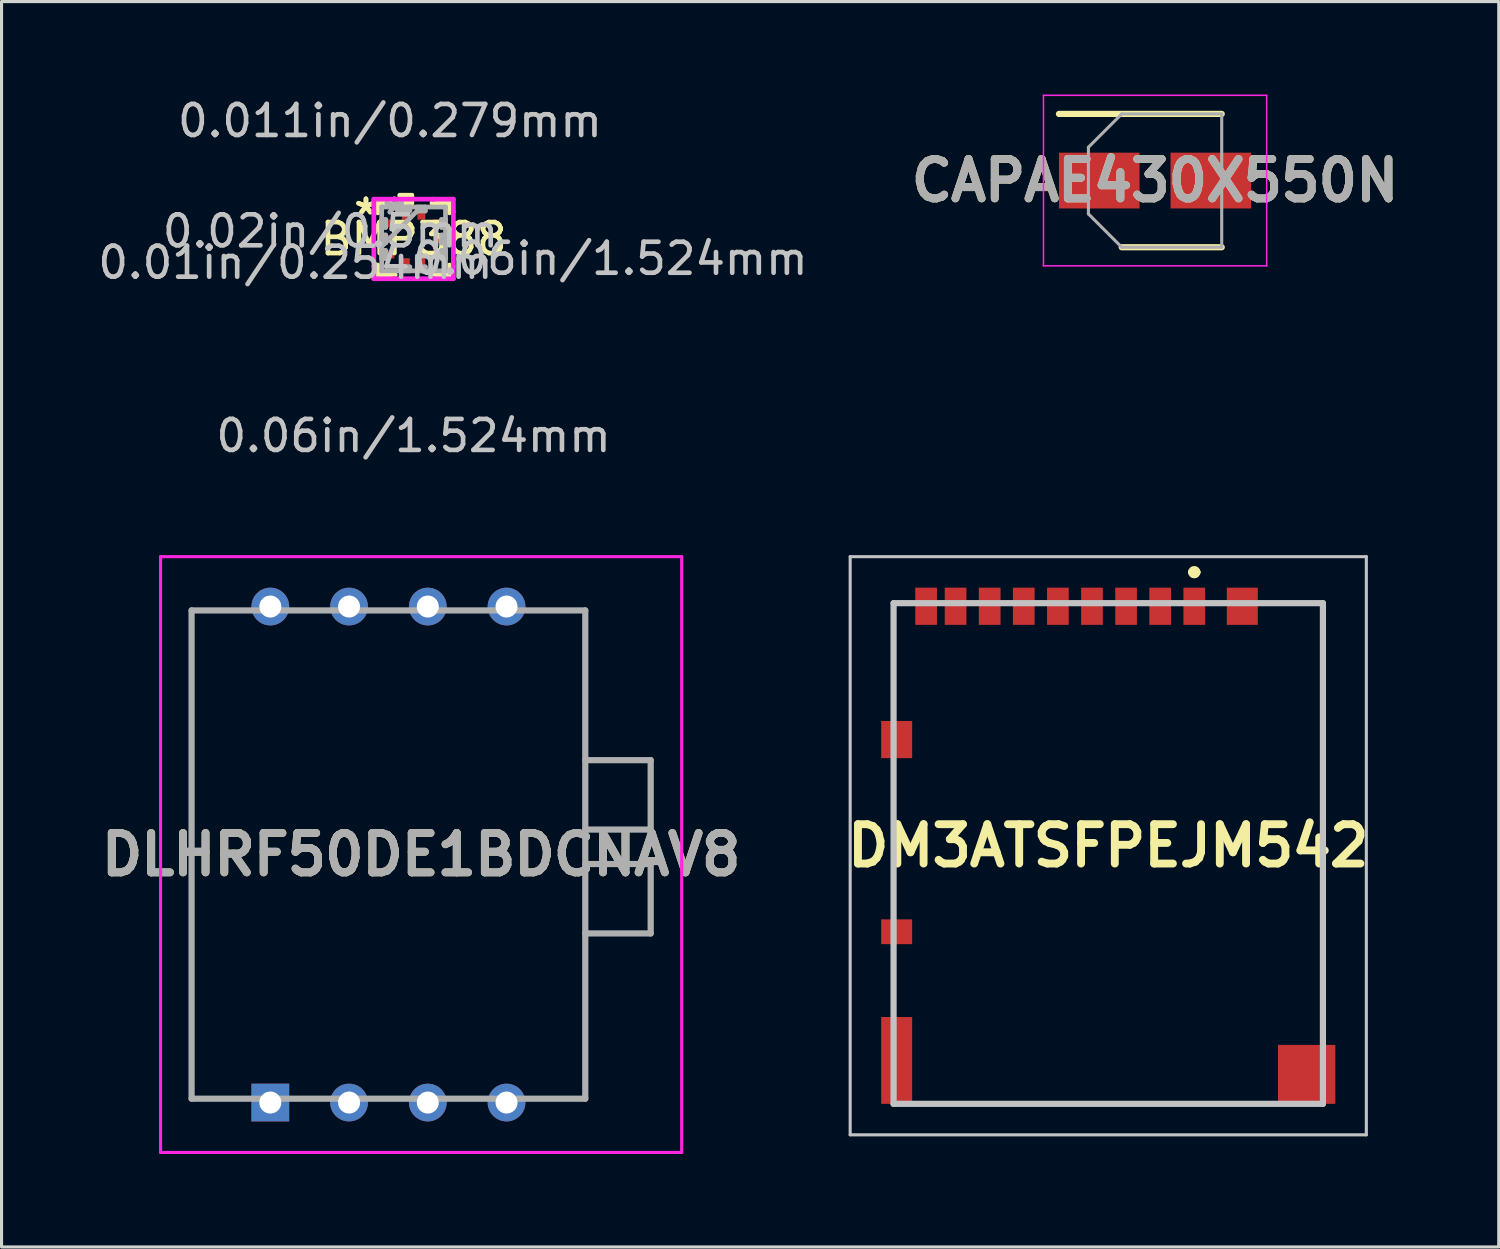
<source format=kicad_pcb>
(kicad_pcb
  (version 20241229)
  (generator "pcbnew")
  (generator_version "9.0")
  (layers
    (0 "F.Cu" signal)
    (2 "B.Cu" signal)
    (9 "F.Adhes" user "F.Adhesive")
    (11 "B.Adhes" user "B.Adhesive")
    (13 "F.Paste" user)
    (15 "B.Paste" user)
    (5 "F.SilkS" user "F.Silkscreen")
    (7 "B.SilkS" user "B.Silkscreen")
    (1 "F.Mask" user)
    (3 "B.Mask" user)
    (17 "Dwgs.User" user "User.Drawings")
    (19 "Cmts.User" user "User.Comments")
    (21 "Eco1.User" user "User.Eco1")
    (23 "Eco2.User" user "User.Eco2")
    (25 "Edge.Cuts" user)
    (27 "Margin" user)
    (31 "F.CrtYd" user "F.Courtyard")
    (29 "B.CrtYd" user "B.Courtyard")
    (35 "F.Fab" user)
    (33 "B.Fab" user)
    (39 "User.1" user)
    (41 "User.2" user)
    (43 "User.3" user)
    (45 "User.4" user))
  (footprint "BMP388"
    (layer "F.Cu")
    (at 10.292 4.658)
    (property "Reference" "BMP388" (at 0 0 0) (layer "F.SilkS") (effects (font (size 1 1) (thickness 0.15))))
    (attr through_hole)
    (fp_line (start -1.156 -1.156) (end -1.156 -0.842) (stroke (width 0.152) (type solid)) (layer "F.SilkS"))
    (fp_line (start -1.156 0.842) (end -1.156 1.156) (stroke (width 0.152) (type solid)) (layer "F.SilkS"))
    (fp_line (start -1.156 1.156) (end -0.592 1.156) (stroke (width 0.152) (type solid)) (layer "F.SilkS"))
    (fp_line (start -0.592 -1.156) (end -1.156 -1.156) (stroke (width 0.152) (type solid)) (layer "F.SilkS"))
    (fp_line (start -0.441 -1.41) (end -0.059 -1.41) (stroke (width 0.152) (type solid)) (layer "F.SilkS"))
    (fp_line (start -0.441 -1.156) (end -0.441 -1.41) (stroke (width 0.152) (type solid)) (layer "F.SilkS"))
    (fp_line (start -0.059 -1.41) (end -0.059 -1.156) (stroke (width 0.152) (type solid)) (layer "F.SilkS"))
    (fp_line (start -0.059 -1.156) (end -0.441 -1.156) (stroke (width 0.152) (type solid)) (layer "F.SilkS"))
    (fp_line (start 0.592 1.156) (end 1.156 1.156) (stroke (width 0.152) (type solid)) (layer "F.SilkS"))
    (fp_line (start 1.156 -1.156) (end 0.592 -1.156) (stroke (width 0.152) (type solid)) (layer "F.SilkS"))
    (fp_line (start 1.156 -0.842) (end 1.156 -1.156) (stroke (width 0.152) (type solid)) (layer "F.SilkS"))
    (fp_line (start 1.156 1.156) (end 1.156 0.842) (stroke (width 0.152) (type solid)) (layer "F.SilkS"))
    (fp_line (start -1.283 -1.283) (end -0.631 -1.283) (stroke (width 0.152) (type solid)) (layer "F.CrtYd"))
    (fp_line (start -1.283 -0.881) (end -1.283 -1.283) (stroke (width 0.152) (type solid)) (layer "F.CrtYd"))
    (fp_line (start -1.283 -0.881) (end -1.283 -0.881) (stroke (width 0.152) (type solid)) (layer "F.CrtYd"))
    (fp_line (start -1.283 0.881) (end -1.283 -0.881) (stroke (width 0.152) (type solid)) (layer "F.CrtYd"))
    (fp_line (start -1.283 0.881) (end -1.283 0.881) (stroke (width 0.152) (type solid)) (layer "F.CrtYd"))
    (fp_line (start -1.283 1.283) (end -1.283 0.881) (stroke (width 0.152) (type solid)) (layer "F.CrtYd"))
    (fp_line (start -0.631 -1.283) (end -0.631 -1.283) (stroke (width 0.152) (type solid)) (layer "F.CrtYd"))
    (fp_line (start -0.631 -1.283) (end 0.631 -1.283) (stroke (width 0.152) (type solid)) (layer "F.CrtYd"))
    (fp_line (start -0.631 1.283) (end -1.283 1.283) (stroke (width 0.152) (type solid)) (layer "F.CrtYd"))
    (fp_line (start -0.631 1.283) (end -0.631 1.283) (stroke (width 0.152) (type solid)) (layer "F.CrtYd"))
    (fp_line (start 0.631 -1.283) (end 0.631 -1.283) (stroke (width 0.152) (type solid)) (layer "F.CrtYd"))
    (fp_line (start 0.631 -1.283) (end 1.283 -1.283) (stroke (width 0.152) (type solid)) (layer "F.CrtYd"))
    (fp_line (start 0.631 1.283) (end -0.631 1.283) (stroke (width 0.152) (type solid)) (layer "F.CrtYd"))
    (fp_line (start 0.631 1.283) (end 0.631 1.283) (stroke (width 0.152) (type solid)) (layer "F.CrtYd"))
    (fp_line (start 1.283 -1.283) (end 1.283 -0.881) (stroke (width 0.152) (type solid)) (layer "F.CrtYd"))
    (fp_line (start 1.283 -0.881) (end 1.283 -0.881) (stroke (width 0.152) (type solid)) (layer "F.CrtYd"))
    (fp_line (start 1.283 -0.881) (end 1.283 0.881) (stroke (width 0.152) (type solid)) (layer "F.CrtYd"))
    (fp_line (start 1.283 0.881) (end 1.283 0.881) (stroke (width 0.152) (type solid)) (layer "F.CrtYd"))
    (fp_line (start 1.283 0.881) (end 1.283 1.283) (stroke (width 0.152) (type solid)) (layer "F.CrtYd"))
    (fp_line (start 1.283 1.283) (end 0.631 1.283) (stroke (width 0.152) (type solid)) (layer "F.CrtYd"))
    (fp_line (start -1.029 -1.029) (end -1.029 -1.029) (stroke (width 0.152) (type solid)) (layer "F.Fab"))
    (fp_line (start -1.029 -1.029) (end -1.029 1.029) (stroke (width 0.152) (type solid)) (layer "F.Fab"))
    (fp_line (start -1.029 -0.627) (end -0.902 -0.627) (stroke (width 0.152) (type solid)) (layer "F.Fab"))
    (fp_line (start -1.029 -0.373) (end -1.029 -0.627) (stroke (width 0.152) (type solid)) (layer "F.Fab"))
    (fp_line (start -1.029 -0.127) (end -0.902 -0.127) (stroke (width 0.152) (type solid)) (layer "F.Fab"))
    (fp_line (start -1.029 0.127) (end -1.029 -0.127) (stroke (width 0.152) (type solid)) (layer "F.Fab"))
    (fp_line (start -1.029 0.241) (end 0.241 -1.029) (stroke (width 0.152) (type solid)) (layer "F.Fab"))
    (fp_line (start -1.029 0.373) (end -0.902 0.373) (stroke (width 0.152) (type solid)) (layer "F.Fab"))
    (fp_line (start -1.029 0.627) (end -1.029 0.373) (stroke (width 0.152) (type solid)) (layer "F.Fab"))
    (fp_line (start -1.029 1.029) (end -1.029 1.029) (stroke (width 0.152) (type solid)) (layer "F.Fab"))
    (fp_line (start -1.029 1.029) (end 1.029 1.029) (stroke (width 0.152) (type solid)) (layer "F.Fab"))
    (fp_line (start -0.902 -0.627) (end -0.902 -0.373) (stroke (width 0.152) (type solid)) (layer "F.Fab"))
    (fp_line (start -0.902 -0.373) (end -1.029 -0.373) (stroke (width 0.152) (type solid)) (layer "F.Fab"))
    (fp_line (start -0.902 -0.127) (end -0.902 0.127) (stroke (width 0.152) (type solid)) (layer "F.Fab"))
    (fp_line (start -0.902 0.127) (end -1.029 0.127) (stroke (width 0.152) (type solid)) (layer "F.Fab"))
    (fp_line (start -0.902 0.373) (end -0.902 0.627) (stroke (width 0.152) (type solid)) (layer "F.Fab"))
    (fp_line (start -0.902 0.627) (end -1.029 0.627) (stroke (width 0.152) (type solid)) (layer "F.Fab"))
    (fp_line (start -0.377 -1.029) (end -0.123 -1.029) (stroke (width 0.152) (type solid)) (layer "F.Fab"))
    (fp_line (start -0.377 -0.902) (end -0.377 -1.029) (stroke (width 0.152) (type solid)) (layer "F.Fab"))
    (fp_line (start -0.377 0.902) (end -0.123 0.902) (stroke (width 0.152) (type solid)) (layer "F.Fab"))
    (fp_line (start -0.377 1.029) (end -0.377 0.902) (stroke (width 0.152) (type solid)) (layer "F.Fab"))
    (fp_line (start -0.123 -1.029) (end -0.123 -0.902) (stroke (width 0.152) (type solid)) (layer "F.Fab"))
    (fp_line (start -0.123 -0.902) (end -0.377 -0.902) (stroke (width 0.152) (type solid)) (layer "F.Fab"))
    (fp_line (start -0.123 0.902) (end -0.123 1.029) (stroke (width 0.152) (type solid)) (layer "F.Fab"))
    (fp_line (start -0.123 1.029) (end -0.377 1.029) (stroke (width 0.152) (type solid)) (layer "F.Fab"))
    (fp_line (start 0.123 -1.029) (end 0.377 -1.029) (stroke (width 0.152) (type solid)) (layer "F.Fab"))
    (fp_line (start 0.123 -0.902) (end 0.123 -1.029) (stroke (width 0.152) (type solid)) (layer "F.Fab"))
    (fp_line (start 0.123 0.902) (end 0.377 0.902) (stroke (width 0.152) (type solid)) (layer "F.Fab"))
    (fp_line (start 0.123 1.029) (end 0.123 0.902) (stroke (width 0.152) (type solid)) (layer "F.Fab"))
    (fp_line (start 0.377 -1.029) (end 0.377 -0.902) (stroke (width 0.152) (type solid)) (layer "F.Fab"))
    (fp_line (start 0.377 -0.902) (end 0.123 -0.902) (stroke (width 0.152) (type solid)) (layer "F.Fab"))
    (fp_line (start 0.377 0.902) (end 0.377 1.029) (stroke (width 0.152) (type solid)) (layer "F.Fab"))
    (fp_line (start 0.377 1.029) (end 0.123 1.029) (stroke (width 0.152) (type solid)) (layer "F.Fab"))
    (fp_line (start 0.902 -0.627) (end 1.029 -0.627) (stroke (width 0.152) (type solid)) (layer "F.Fab"))
    (fp_line (start 0.902 -0.373) (end 0.902 -0.627) (stroke (width 0.152) (type solid)) (layer "F.Fab"))
    (fp_line (start 0.902 -0.127) (end 1.029 -0.127) (stroke (width 0.152) (type solid)) (layer "F.Fab"))
    (fp_line (start 0.902 0.127) (end 0.902 -0.127) (stroke (width 0.152) (type solid)) (layer "F.Fab"))
    (fp_line (start 0.902 0.373) (end 1.029 0.373) (stroke (width 0.152) (type solid)) (layer "F.Fab"))
    (fp_line (start 0.902 0.627) (end 0.902 0.373) (stroke (width 0.152) (type solid)) (layer "F.Fab"))
    (fp_line (start 1.029 -1.029) (end -1.029 -1.029) (stroke (width 0.152) (type solid)) (layer "F.Fab"))
    (fp_line (start 1.029 -1.029) (end 1.029 -1.029) (stroke (width 0.152) (type solid)) (layer "F.Fab"))
    (fp_line (start 1.029 -0.627) (end 1.029 -0.373) (stroke (width 0.152) (type solid)) (layer "F.Fab"))
    (fp_line (start 1.029 -0.373) (end 0.902 -0.373) (stroke (width 0.152) (type solid)) (layer "F.Fab"))
    (fp_line (start 1.029 -0.127) (end 1.029 0.127) (stroke (width 0.152) (type solid)) (layer "F.Fab"))
    (fp_line (start 1.029 0.127) (end 0.902 0.127) (stroke (width 0.152) (type solid)) (layer "F.Fab"))
    (fp_line (start 1.029 0.373) (end 1.029 0.627) (stroke (width 0.152) (type solid)) (layer "F.Fab"))
    (fp_line (start 1.029 0.627) (end 0.902 0.627) (stroke (width 0.152) (type solid)) (layer "F.Fab"))
    (fp_line (start 1.029 1.029) (end 1.029 -1.029) (stroke (width 0.152) (type solid)) (layer "F.Fab"))
    (fp_line (start 1.029 1.029) (end 1.029 1.029) (stroke (width 0.152) (type solid)) (layer "F.Fab"))
    (fp_text user "*" (at -1.537 -0.75 0) (layer "F.SilkS") (effects (font (size 1 1) (thickness 0.15))))
    (fp_text user "*" (at -1.537 -0.75 0) (layer "F.SilkS") (effects (font (size 1 1) (thickness 0.15))))
    (fp_text user "0.02in/0.5mm" (at -2.68 -0.25 0) (layer "Dwgs.User") (effects (font (size 1 1) (thickness 0.15))))
    (fp_text user "0.06in/1.524mm" (at 6.35 0.635 0) (layer "Dwgs.User") (effects (font (size 1 1) (thickness 0.15))))
    (fp_text user "0.06in/1.524mm" (at 0 6.35 0) (layer "Dwgs.User") (effects (font (size 1 1) (thickness 0.15))))
    (fp_text user "0.01in/0.254mm" (at -3.81 0.762 0) (layer "Dwgs.User") (effects (font (size 1 1) (thickness 0.15))))
    (fp_text user "0.011in/0.279mm" (at -0.762 -3.81 0) (layer "Dwgs.User") (effects (font (size 1 1) (thickness 0.15))))
    (fp_text user "Copyright 2016 Accelerated Designs. All rights reserved." (at 0 0 0) (layer "Cmts.User") (effects (font (size 0.127 0.127) (thickness 0.002))))
    (fp_text user "*" (at -0.622 -0.75 0) (layer "F.Fab") (effects (font (size 1 1) (thickness 0.15))))
    (fp_text user "*" (at -0.622 -0.75 0) (layer "F.Fab") (effects (font (size 1 1) (thickness 0.15))))
    (pad "1" smd rect (at -0.25 -0.762) (size 0.254 0.279) (layers "F.Cu" "F.Mask" "F.Paste"))
    (pad "2" smd rect (at 0.25 -0.762) (size 0.254 0.279) (layers "F.Cu" "F.Mask" "F.Paste"))
    (pad "3" smd rect (at 0.762 -0.5 90) (size 0.254 0.279) (layers "F.Cu" "F.Mask" "F.Paste"))
    (pad "4" smd rect (at 0.762 0 90) (size 0.254 0.279) (layers "F.Cu" "F.Mask" "F.Paste"))
    (pad "5" smd rect (at 0.762 0.5 90) (size 0.254 0.279) (layers "F.Cu" "F.Mask" "F.Paste"))
    (pad "6" smd rect (at 0.25 0.762) (size 0.254 0.279) (layers "F.Cu" "F.Mask" "F.Paste"))
    (pad "7" smd rect (at -0.25 0.762) (size 0.254 0.279) (layers "F.Cu" "F.Mask" "F.Paste"))
    (pad "8" smd rect (at -0.762 0.5 90) (size 0.254 0.279) (layers "F.Cu" "F.Mask" "F.Paste"))
    (pad "9" smd rect (at -0.762 0 90) (size 0.254 0.279) (layers "F.Cu" "F.Mask" "F.Paste"))
    (pad "10" smd rect (at -0.762 -0.5 90) (size 0.254 0.279) (layers "F.Cu" "F.Mask" "F.Paste")))
  (footprint "DLHRF50DE1BDCNAV8"
    (layer "F.Cu")
    (at 5.67 32.516)
    (property "Reference" "DLHRF50DE1BDCNAV8" (at 4.865 -8 0) (layer "F.SilkS") (effects (font (size 1.27 1.27) (thickness 0.254))))
    (attr through_hole)
    (fp_line (start -2.54 -15.875) (end -2.54 -0.125) (stroke (width 0.1) (type solid)) (layer "F.SilkS"))
    (fp_line (start -2.54 -0.125) (end -1.19 -0.125) (stroke (width 0.1) (type solid)) (layer "F.SilkS"))
    (fp_line (start -1.19 -15.875) (end -2.54 -15.875) (stroke (width 0.1) (type solid)) (layer "F.SilkS"))
    (fp_line (start 8.81 -0.125) (end 10.16 -0.125) (stroke (width 0.1) (type solid)) (layer "F.SilkS"))
    (fp_line (start 10.16 -15.875) (end 8.81 -15.875) (stroke (width 0.1) (type solid)) (layer "F.SilkS"))
    (fp_line (start 10.16 -0.125) (end 10.16 -15.875) (stroke (width 0.1) (type solid)) (layer "F.SilkS"))
    (fp_line (start -3.54 -17.609) (end 13.27 -17.609) (stroke (width 0.1) (type solid)) (layer "F.CrtYd"))
    (fp_line (start -3.54 1.609) (end -3.54 -17.609) (stroke (width 0.1) (type solid)) (layer "F.CrtYd"))
    (fp_line (start 13.27 -17.609) (end 13.27 1.609) (stroke (width 0.1) (type solid)) (layer "F.CrtYd"))
    (fp_line (start 13.27 1.609) (end -3.54 1.609) (stroke (width 0.1) (type solid)) (layer "F.CrtYd"))
    (fp_line (start -2.54 -15.875) (end 10.16 -15.875) (stroke (width 0.2) (type solid)) (layer "F.Fab"))
    (fp_line (start -2.54 -0.125) (end -2.54 -15.875) (stroke (width 0.2) (type solid)) (layer "F.Fab"))
    (fp_line (start 10.16 -15.875) (end 10.16 -0.125) (stroke (width 0.2) (type solid)) (layer "F.Fab"))
    (fp_line (start 10.16 -11.045) (end 12.27 -11.045) (stroke (width 0.2) (type solid)) (layer "F.Fab"))
    (fp_line (start 10.16 -7.695) (end 12.27 -7.695) (stroke (width 0.2) (type solid)) (layer "F.Fab"))
    (fp_line (start 10.16 -0.125) (end -2.54 -0.125) (stroke (width 0.2) (type solid)) (layer "F.Fab"))
    (fp_line (start 12.27 -11.045) (end 12.27 -8.805) (stroke (width 0.2) (type solid)) (layer "F.Fab"))
    (fp_line (start 12.27 -8.805) (end 10.16 -8.805) (stroke (width 0.2) (type solid)) (layer "F.Fab"))
    (fp_line (start 12.27 -7.695) (end 12.27 -5.455) (stroke (width 0.2) (type solid)) (layer "F.Fab"))
    (fp_line (start 12.27 -5.455) (end 10.16 -5.455) (stroke (width 0.2) (type solid)) (layer "F.Fab"))
    (fp_text user "${REFERENCE}" (at 4.865 -8 0) (layer "F.Fab") (effects (font (size 1.27 1.27) (thickness 0.254))))
    (pad "1" thru_hole rect (at 0 0) (size 1.217 1.217) (drill 0.71) (layers "*.Cu" "*.Mask"))
    (pad "2" thru_hole circle (at 2.54 0) (size 1.217 1.217) (drill 0.71) (layers "*.Cu" "*.Mask"))
    (pad "3" thru_hole circle (at 5.08 0) (size 1.217 1.217) (drill 0.71) (layers "*.Cu" "*.Mask"))
    (pad "4" thru_hole circle (at 7.62 0) (size 1.217 1.217) (drill 0.71) (layers "*.Cu" "*.Mask"))
    (pad "5" thru_hole circle (at 7.62 -16) (size 1.217 1.217) (drill 0.71) (layers "*.Cu" "*.Mask"))
    (pad "6" thru_hole circle (at 5.08 -16) (size 1.217 1.217) (drill 0.71) (layers "*.Cu" "*.Mask"))
    (pad "7" thru_hole circle (at 2.54 -16) (size 1.217 1.217) (drill 0.71) (layers "*.Cu" "*.Mask"))
    (pad "8" thru_hole circle (at 0 -16) (size 1.217 1.217) (drill 0.71) (layers "*.Cu" "*.Mask")))
  (footprint "DM3ATSFPEJM542"
    (placed yes)
    (layer "F.Cu")
    (at 32.275 16.407)
    (property "Reference" "DM3ATSFPEJM542" (at 0.425 7.825 0) (layer "F.SilkS") (effects (font (size 1.27 1.27) (thickness 0.254))))
    (attr smd)
    (fp_line (start -6.5 0) (end -6.5 3.5) (stroke (width 0.1) (type solid)) (layer "F.SilkS"))
    (fp_line (start -6.5 5.3) (end -6.5 10) (stroke (width 0.1) (type solid)) (layer "F.SilkS"))
    (fp_line (start -5.5 16.15) (end 5.5 16.15) (stroke (width 0.1) (type solid)) (layer "F.SilkS"))
    (fp_line (start 3.1 -1) (end 3.1 -1) (stroke (width 0.2) (type solid)) (layer "F.SilkS"))
    (fp_line (start 3.3 -1) (end 3.3 -1) (stroke (width 0.2) (type solid)) (layer "F.SilkS"))
    (fp_line (start 5.5 0) (end 7.35 0) (stroke (width 0.1) (type solid)) (layer "F.SilkS"))
    (fp_line (start 7.35 0) (end 7.35 14) (stroke (width 0.1) (type solid)) (layer "F.SilkS"))
    (fp_arc (start 3.1 -1) (mid 3.2 -1.1) (end 3.3 -1) (stroke (width 0.2) (type solid)) (layer "F.SilkS"))
    (fp_arc (start 3.3 -1) (mid 3.2 -0.9) (end 3.1 -1) (stroke (width 0.2) (type solid)) (layer "F.SilkS"))
    (fp_line (start -7.9 -1.5) (end 8.75 -1.5) (stroke (width 0.1) (type solid)) (layer "Dwgs.User"))
    (fp_line (start -7.9 17.15) (end -7.9 -1.5) (stroke (width 0.1) (type solid)) (layer "Dwgs.User"))
    (fp_line (start -6.5 0) (end 7.35 0) (stroke (width 0.2) (type solid)) (layer "Dwgs.User"))
    (fp_line (start -6.5 16.15) (end -6.5 0) (stroke (width 0.2) (type solid)) (layer "Dwgs.User"))
    (fp_line (start 7.35 0) (end 7.35 16.15) (stroke (width 0.2) (type solid)) (layer "Dwgs.User"))
    (fp_line (start 7.35 16.15) (end -6.5 16.15) (stroke (width 0.2) (type solid)) (layer "Dwgs.User"))
    (fp_line (start 8.75 -1.5) (end 8.75 17.15) (stroke (width 0.1) (type solid)) (layer "Dwgs.User"))
    (fp_line (start 8.75 17.15) (end -7.9 17.15) (stroke (width 0.1) (type solid)) (layer "Dwgs.User"))
    (pad "1" smd rect (at 3.2 0.1) (size 0.7 1.2) (layers "F.Cu" "F.Mask" "F.Paste"))
    (pad "2" smd rect (at 2.1 0.1) (size 0.7 1.2) (layers "F.Cu" "F.Mask" "F.Paste"))
    (pad "3" smd rect (at 1 0.1) (size 0.7 1.2) (layers "F.Cu" "F.Mask" "F.Paste"))
    (pad "4" smd rect (at -0.1 0.1) (size 0.7 1.2) (layers "F.Cu" "F.Mask" "F.Paste"))
    (pad "5" smd rect (at -1.2 0.1) (size 0.7 1.2) (layers "F.Cu" "F.Mask" "F.Paste"))
    (pad "6" smd rect (at -2.3 0.1) (size 0.7 1.2) (layers "F.Cu" "F.Mask" "F.Paste"))
    (pad "7" smd rect (at -3.4 0.1) (size 0.7 1.2) (layers "F.Cu" "F.Mask" "F.Paste"))
    (pad "8" smd rect (at -4.5 0.1) (size 0.7 1.2) (layers "F.Cu" "F.Mask" "F.Paste"))
    (pad "9" smd rect (at -5.45 0.1) (size 0.7 1.2) (layers "F.Cu" "F.Mask" "F.Paste"))
    (pad "10" smd rect (at 4.75 0.1) (size 1 1.2) (layers "F.Cu" "F.Mask" "F.Paste"))
    (pad "11" smd rect (at 6.825 15.2) (size 1.85 1.9) (layers "F.Cu" "F.Mask" "F.Paste"))
    (pad "12" smd rect (at -6.4 14.75) (size 1 2.8) (layers "F.Cu" "F.Mask" "F.Paste"))
    (pad "13" smd rect (at -6.4 10.6 90) (size 0.8 1) (layers "F.Cu" "F.Mask" "F.Paste"))
    (pad "14" smd rect (at -6.4 4.4) (size 1 1.2) (layers "F.Cu" "F.Mask" "F.Paste")))
  (footprint "CAPAE430X550N"
    (layer "F.Cu")
    (at 34.21 2.775)
    (property "Reference" "CAPAE430X550N" (at 0 0 0) (layer "F.SilkS") (effects (font (size 1.27 1.27) (thickness 0.254))))
    (attr smd)
    (fp_line (start -3.1 -2.15) (end 2.15 -2.15) (stroke (width 0.2) (type solid)) (layer "F.SilkS"))
    (fp_line (start -1.075 2.15) (end 2.15 2.15) (stroke (width 0.2) (type solid)) (layer "F.SilkS"))
    (fp_line (start -3.6 -2.75) (end 3.6 -2.75) (stroke (width 0.05) (type solid)) (layer "F.CrtYd"))
    (fp_line (start -3.6 2.75) (end -3.6 -2.75) (stroke (width 0.05) (type solid)) (layer "F.CrtYd"))
    (fp_line (start 3.6 -2.75) (end 3.6 2.75) (stroke (width 0.05) (type solid)) (layer "F.CrtYd"))
    (fp_line (start 3.6 2.75) (end -3.6 2.75) (stroke (width 0.05) (type solid)) (layer "F.CrtYd"))
    (fp_line (start -2.15 -1.075) (end -2.15 1.075) (stroke (width 0.1) (type solid)) (layer "F.Fab"))
    (fp_line (start -2.15 1.075) (end -1.075 2.15) (stroke (width 0.1) (type solid)) (layer "F.Fab"))
    (fp_line (start -1.075 -2.15) (end -2.15 -1.075) (stroke (width 0.1) (type solid)) (layer "F.Fab"))
    (fp_line (start -1.075 2.15) (end 2.15 2.15) (stroke (width 0.1) (type solid)) (layer "F.Fab"))
    (fp_line (start 2.15 -2.15) (end -1.075 -2.15) (stroke (width 0.1) (type solid)) (layer "F.Fab"))
    (fp_line (start 2.15 2.15) (end 2.15 -2.15) (stroke (width 0.1) (type solid)) (layer "F.Fab"))
    (fp_text user "${REFERENCE}" (at 0 0 0) (layer "F.Fab") (effects (font (size 1.27 1.27) (thickness 0.254))))
    (pad "1" smd rect (at -1.8 0 90) (size 1.8 2.6) (layers "F.Cu" "F.Mask" "F.Paste"))
    (pad "2" smd rect (at 1.8 0 90) (size 1.8 2.6) (layers "F.Cu" "F.Mask" "F.Paste")))
  (gr_rect
    (start -3 -3)
    (end 45.296 37.175)
    (stroke (width 0.1) (type default))
    (fill no)
    (layer "Edge.Cuts")))
</source>
